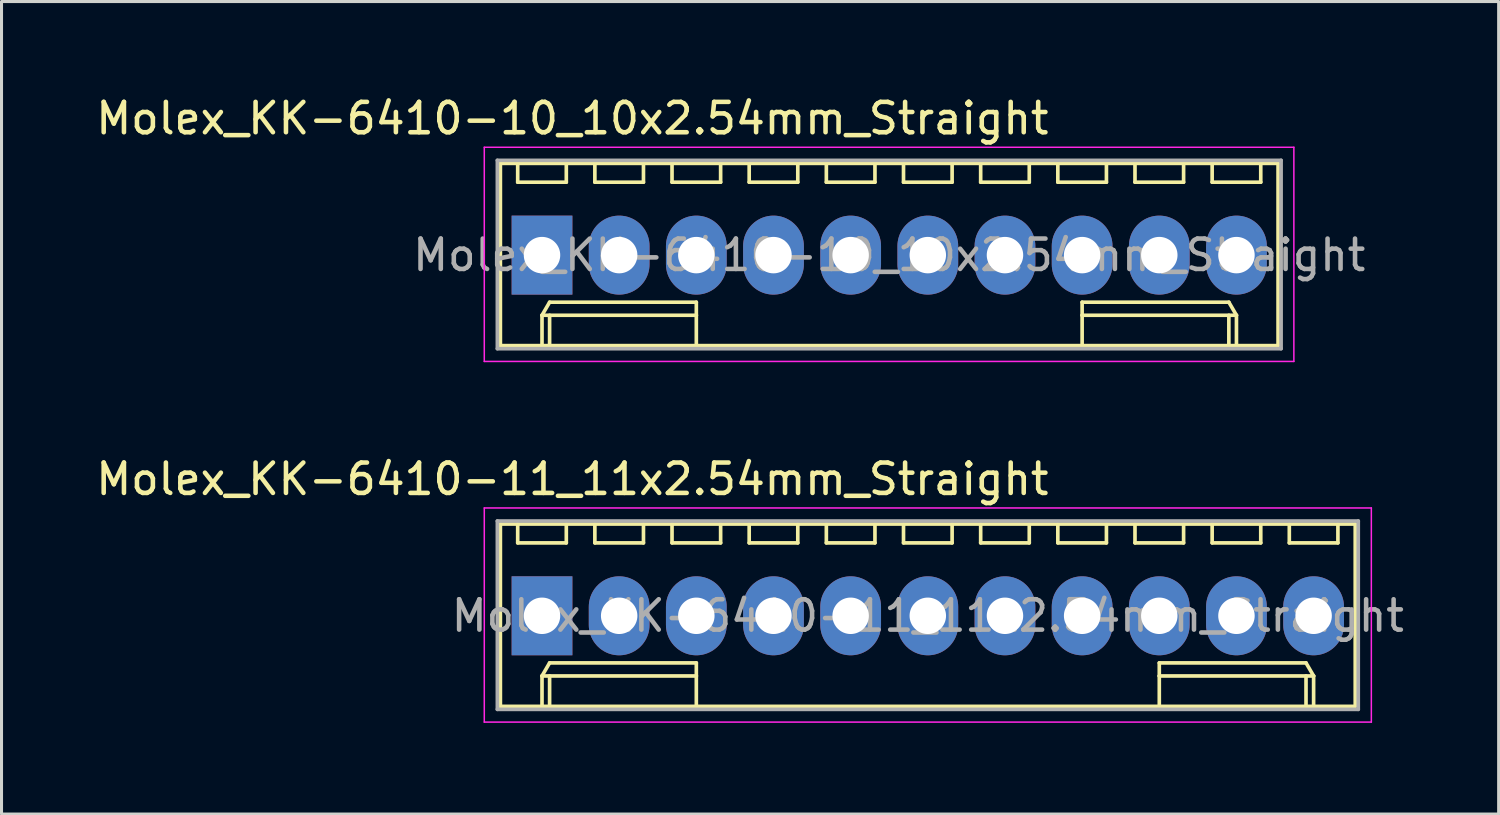
<source format=kicad_pcb>
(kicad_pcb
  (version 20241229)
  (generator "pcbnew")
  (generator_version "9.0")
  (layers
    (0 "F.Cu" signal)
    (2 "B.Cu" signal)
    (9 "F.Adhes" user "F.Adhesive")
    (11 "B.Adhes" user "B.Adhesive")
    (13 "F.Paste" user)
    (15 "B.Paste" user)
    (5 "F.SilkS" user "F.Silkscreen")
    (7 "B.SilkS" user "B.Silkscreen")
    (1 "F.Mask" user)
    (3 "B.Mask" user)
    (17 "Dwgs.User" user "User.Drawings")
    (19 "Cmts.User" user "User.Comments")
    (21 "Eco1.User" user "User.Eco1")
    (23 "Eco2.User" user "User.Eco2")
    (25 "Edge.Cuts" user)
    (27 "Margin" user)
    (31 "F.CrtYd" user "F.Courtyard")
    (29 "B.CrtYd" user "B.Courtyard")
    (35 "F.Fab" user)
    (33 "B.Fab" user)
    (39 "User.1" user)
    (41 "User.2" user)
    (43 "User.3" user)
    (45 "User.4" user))
  (footprint "Molex_KK-6410-11_11x2.54mm_Straight"
    (layer "F.Cu")
    (at 14.792 17.221)
    (property "Reference" "Molex_KK-6410-11_11x2.54mm_Straight" (at 1 -4.5 0) (layer "F.SilkS") (effects (font (size 1 1) (thickness 0.15))))
    (attr through_hole)
    (fp_line (start -1.37 -3.02) (end -1.37 2.98) (stroke (width 0.12) (type solid)) (layer "F.SilkS"))
    (fp_line (start -1.37 2.98) (end 26.77 2.98) (stroke (width 0.12) (type solid)) (layer "F.SilkS"))
    (fp_line (start -0.8 -3.02) (end -0.8 -2.4) (stroke (width 0.12) (type solid)) (layer "F.SilkS"))
    (fp_line (start -0.8 -2.4) (end 0.8 -2.4) (stroke (width 0.12) (type solid)) (layer "F.SilkS"))
    (fp_line (start 0 1.98) (end 0.25 1.55) (stroke (width 0.12) (type solid)) (layer "F.SilkS"))
    (fp_line (start 0 1.98) (end 5.08 1.98) (stroke (width 0.12) (type solid)) (layer "F.SilkS"))
    (fp_line (start 0 2.98) (end 0 1.98) (stroke (width 0.12) (type solid)) (layer "F.SilkS"))
    (fp_line (start 0.25 1.55) (end 5.08 1.55) (stroke (width 0.12) (type solid)) (layer "F.SilkS"))
    (fp_line (start 0.25 2.98) (end 0.25 1.98) (stroke (width 0.12) (type solid)) (layer "F.SilkS"))
    (fp_line (start 0.8 -2.4) (end 0.8 -3.02) (stroke (width 0.12) (type solid)) (layer "F.SilkS"))
    (fp_line (start 1.74 -3.02) (end 1.74 -2.4) (stroke (width 0.12) (type solid)) (layer "F.SilkS"))
    (fp_line (start 1.74 -2.4) (end 3.34 -2.4) (stroke (width 0.12) (type solid)) (layer "F.SilkS"))
    (fp_line (start 3.34 -2.4) (end 3.34 -3.02) (stroke (width 0.12) (type solid)) (layer "F.SilkS"))
    (fp_line (start 4.28 -3.02) (end 4.28 -2.4) (stroke (width 0.12) (type solid)) (layer "F.SilkS"))
    (fp_line (start 4.28 -2.4) (end 5.88 -2.4) (stroke (width 0.12) (type solid)) (layer "F.SilkS"))
    (fp_line (start 5.08 1.55) (end 5.08 1.98) (stroke (width 0.12) (type solid)) (layer "F.SilkS"))
    (fp_line (start 5.08 1.98) (end 5.08 2.98) (stroke (width 0.12) (type solid)) (layer "F.SilkS"))
    (fp_line (start 5.88 -2.4) (end 5.88 -3.02) (stroke (width 0.12) (type solid)) (layer "F.SilkS"))
    (fp_line (start 6.82 -3.02) (end 6.82 -2.4) (stroke (width 0.12) (type solid)) (layer "F.SilkS"))
    (fp_line (start 6.82 -2.4) (end 8.42 -2.4) (stroke (width 0.12) (type solid)) (layer "F.SilkS"))
    (fp_line (start 8.42 -2.4) (end 8.42 -3.02) (stroke (width 0.12) (type solid)) (layer "F.SilkS"))
    (fp_line (start 9.36 -3.02) (end 9.36 -2.4) (stroke (width 0.12) (type solid)) (layer "F.SilkS"))
    (fp_line (start 9.36 -2.4) (end 10.96 -2.4) (stroke (width 0.12) (type solid)) (layer "F.SilkS"))
    (fp_line (start 10.96 -2.4) (end 10.96 -3.02) (stroke (width 0.12) (type solid)) (layer "F.SilkS"))
    (fp_line (start 11.9 -3.02) (end 11.9 -2.4) (stroke (width 0.12) (type solid)) (layer "F.SilkS"))
    (fp_line (start 11.9 -2.4) (end 13.5 -2.4) (stroke (width 0.12) (type solid)) (layer "F.SilkS"))
    (fp_line (start 13.5 -2.4) (end 13.5 -3.02) (stroke (width 0.12) (type solid)) (layer "F.SilkS"))
    (fp_line (start 14.44 -3.02) (end 14.44 -2.4) (stroke (width 0.12) (type solid)) (layer "F.SilkS"))
    (fp_line (start 14.44 -2.4) (end 16.04 -2.4) (stroke (width 0.12) (type solid)) (layer "F.SilkS"))
    (fp_line (start 16.04 -2.4) (end 16.04 -3.02) (stroke (width 0.12) (type solid)) (layer "F.SilkS"))
    (fp_line (start 16.98 -3.02) (end 16.98 -2.4) (stroke (width 0.12) (type solid)) (layer "F.SilkS"))
    (fp_line (start 16.98 -2.4) (end 18.58 -2.4) (stroke (width 0.12) (type solid)) (layer "F.SilkS"))
    (fp_line (start 18.58 -2.4) (end 18.58 -3.02) (stroke (width 0.12) (type solid)) (layer "F.SilkS"))
    (fp_line (start 19.52 -3.02) (end 19.52 -2.4) (stroke (width 0.12) (type solid)) (layer "F.SilkS"))
    (fp_line (start 19.52 -2.4) (end 21.12 -2.4) (stroke (width 0.12) (type solid)) (layer "F.SilkS"))
    (fp_line (start 20.32 1.55) (end 20.32 1.98) (stroke (width 0.12) (type solid)) (layer "F.SilkS"))
    (fp_line (start 20.32 1.98) (end 20.32 2.98) (stroke (width 0.12) (type solid)) (layer "F.SilkS"))
    (fp_line (start 21.12 -2.4) (end 21.12 -3.02) (stroke (width 0.12) (type solid)) (layer "F.SilkS"))
    (fp_line (start 22.06 -3.02) (end 22.06 -2.4) (stroke (width 0.12) (type solid)) (layer "F.SilkS"))
    (fp_line (start 22.06 -2.4) (end 23.66 -2.4) (stroke (width 0.12) (type solid)) (layer "F.SilkS"))
    (fp_line (start 23.66 -2.4) (end 23.66 -3.02) (stroke (width 0.12) (type solid)) (layer "F.SilkS"))
    (fp_line (start 24.6 -3.02) (end 24.6 -2.4) (stroke (width 0.12) (type solid)) (layer "F.SilkS"))
    (fp_line (start 24.6 -2.4) (end 26.2 -2.4) (stroke (width 0.12) (type solid)) (layer "F.SilkS"))
    (fp_line (start 25.15 1.55) (end 20.32 1.55) (stroke (width 0.12) (type solid)) (layer "F.SilkS"))
    (fp_line (start 25.15 2.98) (end 25.15 1.98) (stroke (width 0.12) (type solid)) (layer "F.SilkS"))
    (fp_line (start 25.4 1.98) (end 20.32 1.98) (stroke (width 0.12) (type solid)) (layer "F.SilkS"))
    (fp_line (start 25.4 1.98) (end 25.15 1.55) (stroke (width 0.12) (type solid)) (layer "F.SilkS"))
    (fp_line (start 25.4 2.98) (end 25.4 1.98) (stroke (width 0.12) (type solid)) (layer "F.SilkS"))
    (fp_line (start 26.2 -2.4) (end 26.2 -3.02) (stroke (width 0.12) (type solid)) (layer "F.SilkS"))
    (fp_line (start 26.77 -3.02) (end -1.37 -3.02) (stroke (width 0.12) (type solid)) (layer "F.SilkS"))
    (fp_line (start 26.77 2.98) (end 26.77 -3.02) (stroke (width 0.12) (type solid)) (layer "F.SilkS"))
    (fp_line (start -1.9 -3.55) (end 27.3 -3.55) (stroke (width 0.05) (type solid)) (layer "F.CrtYd"))
    (fp_line (start -1.9 3.5) (end -1.9 -3.55) (stroke (width 0.05) (type solid)) (layer "F.CrtYd"))
    (fp_line (start 27.3 -3.55) (end 27.3 3.5) (stroke (width 0.05) (type solid)) (layer "F.CrtYd"))
    (fp_line (start 27.3 3.5) (end -1.9 3.5) (stroke (width 0.05) (type solid)) (layer "F.CrtYd"))
    (fp_line (start -1.47 -3.12) (end -1.47 3.08) (stroke (width 0.12) (type solid)) (layer "F.Fab"))
    (fp_line (start -1.47 3.08) (end 26.87 3.08) (stroke (width 0.12) (type solid)) (layer "F.Fab"))
    (fp_line (start 26.87 -3.12) (end -1.47 -3.12) (stroke (width 0.12) (type solid)) (layer "F.Fab"))
    (fp_line (start 26.87 3.08) (end 26.87 -3.12) (stroke (width 0.12) (type solid)) (layer "F.Fab"))
    (fp_text user "${REFERENCE}" (at 12.7 0 0) (layer "F.Fab") (effects (font (size 1 1) (thickness 0.15))))
    (pad "1" thru_hole rect (at 0 0) (size 2 2.6) (drill 1.2) (layers "*.Cu" "*.Mask"))
    (pad "2" thru_hole oval (at 2.54 0) (size 2 2.6) (drill 1.2) (layers "*.Cu" "*.Mask"))
    (pad "3" thru_hole oval (at 5.08 0) (size 2 2.6) (drill 1.2) (layers "*.Cu" "*.Mask"))
    (pad "4" thru_hole oval (at 7.62 0) (size 2 2.6) (drill 1.2) (layers "*.Cu" "*.Mask"))
    (pad "5" thru_hole oval (at 10.16 0) (size 2 2.6) (drill 1.2) (layers "*.Cu" "*.Mask"))
    (pad "6" thru_hole oval (at 12.7 0) (size 2 2.6) (drill 1.2) (layers "*.Cu" "*.Mask"))
    (pad "7" thru_hole oval (at 15.24 0) (size 2 2.6) (drill 1.2) (layers "*.Cu" "*.Mask"))
    (pad "8" thru_hole oval (at 17.78 0) (size 2 2.6) (drill 1.2) (layers "*.Cu" "*.Mask"))
    (pad "9" thru_hole oval (at 20.32 0) (size 2 2.6) (drill 1.2) (layers "*.Cu" "*.Mask"))
    (pad "10" thru_hole oval (at 22.86 0) (size 2 2.6) (drill 1.2) (layers "*.Cu" "*.Mask"))
    (pad "11" thru_hole oval (at 25.4 0) (size 2 2.6) (drill 1.2) (layers "*.Cu" "*.Mask")))
  (footprint "Molex_KK-6410-10_10x2.54mm_Straight"
    (layer "F.Cu")
    (at 14.792 5.348)
    (property "Reference" "Molex_KK-6410-10_10x2.54mm_Straight" (at 1 -4.5 0) (layer "F.SilkS") (effects (font (size 1 1) (thickness 0.15))))
    (attr through_hole)
    (fp_line (start -1.37 -3.02) (end -1.37 2.98) (stroke (width 0.12) (type solid)) (layer "F.SilkS"))
    (fp_line (start -1.37 2.98) (end 24.23 2.98) (stroke (width 0.12) (type solid)) (layer "F.SilkS"))
    (fp_line (start -0.8 -3.02) (end -0.8 -2.4) (stroke (width 0.12) (type solid)) (layer "F.SilkS"))
    (fp_line (start -0.8 -2.4) (end 0.8 -2.4) (stroke (width 0.12) (type solid)) (layer "F.SilkS"))
    (fp_line (start 0 1.98) (end 0.25 1.55) (stroke (width 0.12) (type solid)) (layer "F.SilkS"))
    (fp_line (start 0 1.98) (end 5.08 1.98) (stroke (width 0.12) (type solid)) (layer "F.SilkS"))
    (fp_line (start 0 2.98) (end 0 1.98) (stroke (width 0.12) (type solid)) (layer "F.SilkS"))
    (fp_line (start 0.25 1.55) (end 5.08 1.55) (stroke (width 0.12) (type solid)) (layer "F.SilkS"))
    (fp_line (start 0.25 2.98) (end 0.25 1.98) (stroke (width 0.12) (type solid)) (layer "F.SilkS"))
    (fp_line (start 0.8 -2.4) (end 0.8 -3.02) (stroke (width 0.12) (type solid)) (layer "F.SilkS"))
    (fp_line (start 1.74 -3.02) (end 1.74 -2.4) (stroke (width 0.12) (type solid)) (layer "F.SilkS"))
    (fp_line (start 1.74 -2.4) (end 3.34 -2.4) (stroke (width 0.12) (type solid)) (layer "F.SilkS"))
    (fp_line (start 3.34 -2.4) (end 3.34 -3.02) (stroke (width 0.12) (type solid)) (layer "F.SilkS"))
    (fp_line (start 4.28 -3.02) (end 4.28 -2.4) (stroke (width 0.12) (type solid)) (layer "F.SilkS"))
    (fp_line (start 4.28 -2.4) (end 5.88 -2.4) (stroke (width 0.12) (type solid)) (layer "F.SilkS"))
    (fp_line (start 5.08 1.55) (end 5.08 1.98) (stroke (width 0.12) (type solid)) (layer "F.SilkS"))
    (fp_line (start 5.08 1.98) (end 5.08 2.98) (stroke (width 0.12) (type solid)) (layer "F.SilkS"))
    (fp_line (start 5.88 -2.4) (end 5.88 -3.02) (stroke (width 0.12) (type solid)) (layer "F.SilkS"))
    (fp_line (start 6.82 -3.02) (end 6.82 -2.4) (stroke (width 0.12) (type solid)) (layer "F.SilkS"))
    (fp_line (start 6.82 -2.4) (end 8.42 -2.4) (stroke (width 0.12) (type solid)) (layer "F.SilkS"))
    (fp_line (start 8.42 -2.4) (end 8.42 -3.02) (stroke (width 0.12) (type solid)) (layer "F.SilkS"))
    (fp_line (start 9.36 -3.02) (end 9.36 -2.4) (stroke (width 0.12) (type solid)) (layer "F.SilkS"))
    (fp_line (start 9.36 -2.4) (end 10.96 -2.4) (stroke (width 0.12) (type solid)) (layer "F.SilkS"))
    (fp_line (start 10.96 -2.4) (end 10.96 -3.02) (stroke (width 0.12) (type solid)) (layer "F.SilkS"))
    (fp_line (start 11.9 -3.02) (end 11.9 -2.4) (stroke (width 0.12) (type solid)) (layer "F.SilkS"))
    (fp_line (start 11.9 -2.4) (end 13.5 -2.4) (stroke (width 0.12) (type solid)) (layer "F.SilkS"))
    (fp_line (start 13.5 -2.4) (end 13.5 -3.02) (stroke (width 0.12) (type solid)) (layer "F.SilkS"))
    (fp_line (start 14.44 -3.02) (end 14.44 -2.4) (stroke (width 0.12) (type solid)) (layer "F.SilkS"))
    (fp_line (start 14.44 -2.4) (end 16.04 -2.4) (stroke (width 0.12) (type solid)) (layer "F.SilkS"))
    (fp_line (start 16.04 -2.4) (end 16.04 -3.02) (stroke (width 0.12) (type solid)) (layer "F.SilkS"))
    (fp_line (start 16.98 -3.02) (end 16.98 -2.4) (stroke (width 0.12) (type solid)) (layer "F.SilkS"))
    (fp_line (start 16.98 -2.4) (end 18.58 -2.4) (stroke (width 0.12) (type solid)) (layer "F.SilkS"))
    (fp_line (start 17.78 1.55) (end 17.78 1.98) (stroke (width 0.12) (type solid)) (layer "F.SilkS"))
    (fp_line (start 17.78 1.98) (end 17.78 2.98) (stroke (width 0.12) (type solid)) (layer "F.SilkS"))
    (fp_line (start 18.58 -2.4) (end 18.58 -3.02) (stroke (width 0.12) (type solid)) (layer "F.SilkS"))
    (fp_line (start 19.52 -3.02) (end 19.52 -2.4) (stroke (width 0.12) (type solid)) (layer "F.SilkS"))
    (fp_line (start 19.52 -2.4) (end 21.12 -2.4) (stroke (width 0.12) (type solid)) (layer "F.SilkS"))
    (fp_line (start 21.12 -2.4) (end 21.12 -3.02) (stroke (width 0.12) (type solid)) (layer "F.SilkS"))
    (fp_line (start 22.06 -3.02) (end 22.06 -2.4) (stroke (width 0.12) (type solid)) (layer "F.SilkS"))
    (fp_line (start 22.06 -2.4) (end 23.66 -2.4) (stroke (width 0.12) (type solid)) (layer "F.SilkS"))
    (fp_line (start 22.61 1.55) (end 17.78 1.55) (stroke (width 0.12) (type solid)) (layer "F.SilkS"))
    (fp_line (start 22.61 2.98) (end 22.61 1.98) (stroke (width 0.12) (type solid)) (layer "F.SilkS"))
    (fp_line (start 22.86 1.98) (end 17.78 1.98) (stroke (width 0.12) (type solid)) (layer "F.SilkS"))
    (fp_line (start 22.86 1.98) (end 22.61 1.55) (stroke (width 0.12) (type solid)) (layer "F.SilkS"))
    (fp_line (start 22.86 2.98) (end 22.86 1.98) (stroke (width 0.12) (type solid)) (layer "F.SilkS"))
    (fp_line (start 23.66 -2.4) (end 23.66 -3.02) (stroke (width 0.12) (type solid)) (layer "F.SilkS"))
    (fp_line (start 24.23 -3.02) (end -1.37 -3.02) (stroke (width 0.12) (type solid)) (layer "F.SilkS"))
    (fp_line (start 24.23 2.98) (end 24.23 -3.02) (stroke (width 0.12) (type solid)) (layer "F.SilkS"))
    (fp_line (start -1.9 -3.55) (end 24.75 -3.55) (stroke (width 0.05) (type solid)) (layer "F.CrtYd"))
    (fp_line (start -1.9 3.5) (end -1.9 -3.55) (stroke (width 0.05) (type solid)) (layer "F.CrtYd"))
    (fp_line (start 24.75 -3.55) (end 24.75 3.5) (stroke (width 0.05) (type solid)) (layer "F.CrtYd"))
    (fp_line (start 24.75 3.5) (end -1.9 3.5) (stroke (width 0.05) (type solid)) (layer "F.CrtYd"))
    (fp_line (start -1.47 -3.12) (end -1.47 3.08) (stroke (width 0.12) (type solid)) (layer "F.Fab"))
    (fp_line (start -1.47 3.08) (end 24.33 3.08) (stroke (width 0.12) (type solid)) (layer "F.Fab"))
    (fp_line (start 24.33 -3.12) (end -1.47 -3.12) (stroke (width 0.12) (type solid)) (layer "F.Fab"))
    (fp_line (start 24.33 3.08) (end 24.33 -3.12) (stroke (width 0.12) (type solid)) (layer "F.Fab"))
    (fp_text user "${REFERENCE}" (at 11.43 0 0) (layer "F.Fab") (effects (font (size 1 1) (thickness 0.15))))
    (pad "1" thru_hole rect (at 0 0) (size 2 2.6) (drill 1.2) (layers "*.Cu" "*.Mask"))
    (pad "2" thru_hole oval (at 2.54 0) (size 2 2.6) (drill 1.2) (layers "*.Cu" "*.Mask"))
    (pad "3" thru_hole oval (at 5.08 0) (size 2 2.6) (drill 1.2) (layers "*.Cu" "*.Mask"))
    (pad "4" thru_hole oval (at 7.62 0) (size 2 2.6) (drill 1.2) (layers "*.Cu" "*.Mask"))
    (pad "5" thru_hole oval (at 10.16 0) (size 2 2.6) (drill 1.2) (layers "*.Cu" "*.Mask"))
    (pad "6" thru_hole oval (at 12.7 0) (size 2 2.6) (drill 1.2) (layers "*.Cu" "*.Mask"))
    (pad "7" thru_hole oval (at 15.24 0) (size 2 2.6) (drill 1.2) (layers "*.Cu" "*.Mask"))
    (pad "8" thru_hole oval (at 17.78 0) (size 2 2.6) (drill 1.2) (layers "*.Cu" "*.Mask"))
    (pad "9" thru_hole oval (at 20.32 0) (size 2 2.6) (drill 1.2) (layers "*.Cu" "*.Mask"))
    (pad "10" thru_hole oval (at 22.86 0) (size 2 2.6) (drill 1.2) (layers "*.Cu" "*.Mask")))
  (gr_rect
    (start -3 -3)
    (end 46.283 23.747)
    (stroke (width 0.1) (type default))
    (fill no)
    (layer "Edge.Cuts")))
</source>
